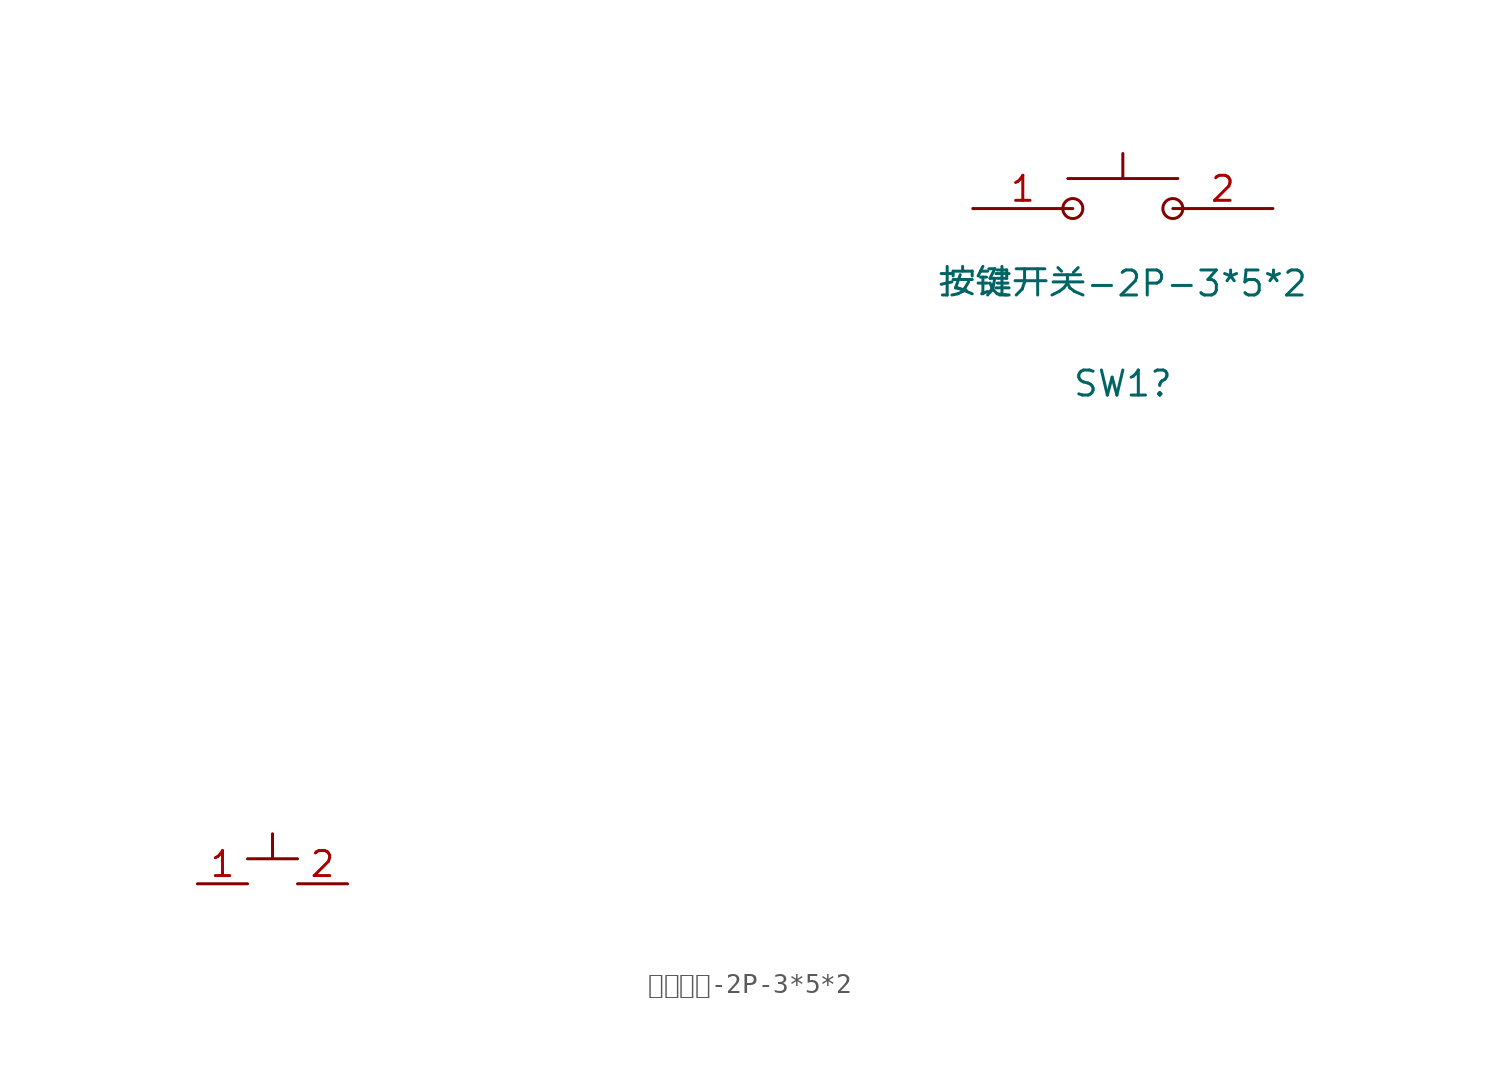
<source format=kicad_sym>
(kicad_symbol_lib
  (version 20220914)
  (generator kicad_symbol_editor)
  (symbol "按键开关-2P-3*5*2"
    (pin_names
      (offset 1.016) hide)
    (property "Reference" "SW1"
      (at 45.72 25.4 0)
      (effects (font (size 1.27 1.27))))
    (property "Value" "按键开关-2P-3*5*2"
      (at 45.72 30.48 0)
      (effects (font (size 1.27 1.27))))
    (symbol "按键开关-2P-3*5*2_0_1"
      (polyline (pts (xy 1.27 1.27) (xy 3.81 1.27) (xy 2.54 1.27) (xy 2.54 2.54)) (stroke (width 0) (type default)) (fill (type none))))
    (symbol "按键开关-2P-3*5*2_1_1"
      (polyline (pts (xy 42.926 35.814) (xy 48.514 35.814)) (stroke (width 0.152) (type solid)) (fill (type none)))
      (polyline (pts (xy 45.72 35.814) (xy 45.72 37.084)) (stroke (width 0.152) (type solid)) (fill (type none)))
      (circle (center 43.18 34.29) (radius 0.508) (stroke (width 0.152) (type solid)) (fill (type none)))
      (circle (center 48.26 34.29) (radius 0.508) (stroke (width 0.152) (type solid)) (fill (type none)))
      (pin input line (at -1.27 0 0) (length 2.54) (name "" (effects (font (size 1.27 1.27)))) (number "1" (effects (font (size 1.27 1.27)))))
      (pin input line (at 38.1 34.29 0) (length 5.08) (name "A" (effects (font (size 1.27 1.27)))) (number "1" (effects (font (size 1.27 1.27)))))
      (pin input line (at 6.35 0 180) (length 2.54) (name "" (effects (font (size 1.27 1.27)))) (number "2" (effects (font (size 1.27 1.27)))))
      (pin input line (at 53.34 34.29 180) (length 5.08) (name "B" (effects (font (size 1.27 1.27)))) (number "2" (effects (font (size 1.27 1.27))))))))
</source>
